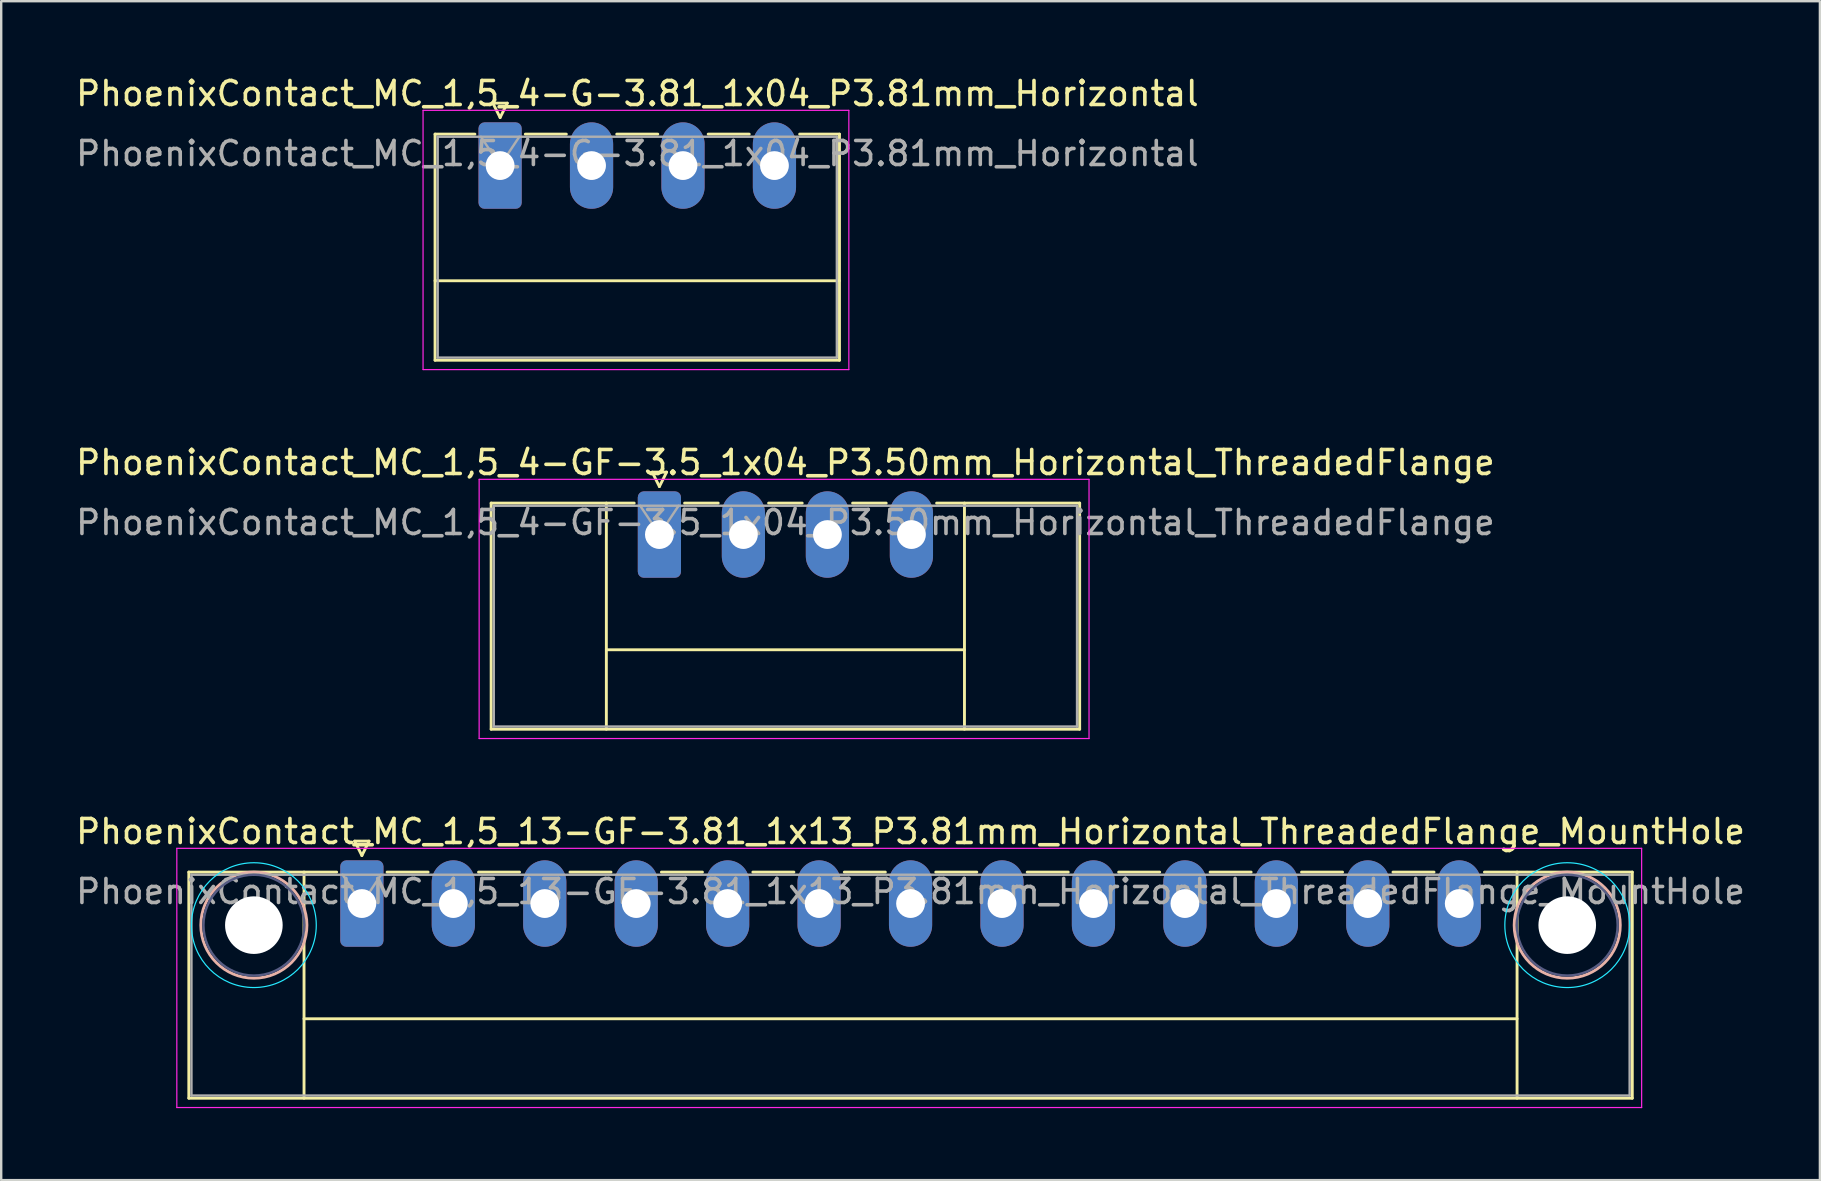
<source format=kicad_pcb>
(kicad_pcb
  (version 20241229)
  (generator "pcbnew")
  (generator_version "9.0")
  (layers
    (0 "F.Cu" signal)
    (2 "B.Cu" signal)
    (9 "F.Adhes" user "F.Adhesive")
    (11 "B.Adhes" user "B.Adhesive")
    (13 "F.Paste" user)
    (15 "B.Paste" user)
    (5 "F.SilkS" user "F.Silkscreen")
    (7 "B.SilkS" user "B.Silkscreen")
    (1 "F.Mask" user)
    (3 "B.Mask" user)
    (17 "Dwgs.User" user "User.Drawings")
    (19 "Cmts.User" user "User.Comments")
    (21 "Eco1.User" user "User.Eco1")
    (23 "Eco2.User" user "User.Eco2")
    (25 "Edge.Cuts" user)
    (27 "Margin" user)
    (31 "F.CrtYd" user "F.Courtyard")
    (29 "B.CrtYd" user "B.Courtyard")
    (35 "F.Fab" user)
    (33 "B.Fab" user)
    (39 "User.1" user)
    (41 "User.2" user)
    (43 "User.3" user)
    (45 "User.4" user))
  (footprint "PhoenixContact_MC_1,5_4-G-3.81_1x04_P3.81mm_Horizontal"
    (layer "F.Cu")
    (at 17.786 3.848)
    (property "Reference" "PhoenixContact_MC_1,5_4-G-3.81_1x04_P3.81mm_Horizontal" (at 5.72 -3 0) (layer "F.SilkS") (effects (font (size 1 1) (thickness 0.15))))
    (attr through_hole)
    (fp_line (start -2.71 -1.31) (end -2.71 8.11) (stroke (width 0.12) (type solid)) (layer "F.SilkS"))
    (fp_line (start -2.71 -1.31) (end -1.05 -1.31) (stroke (width 0.12) (type solid)) (layer "F.SilkS"))
    (fp_line (start -2.71 4.8) (end 14.14 4.8) (stroke (width 0.12) (type solid)) (layer "F.SilkS"))
    (fp_line (start -2.71 8.11) (end 14.14 8.11) (stroke (width 0.12) (type solid)) (layer "F.SilkS"))
    (fp_line (start -0.3 -2.6) (end 0.3 -2.6) (stroke (width 0.12) (type solid)) (layer "F.SilkS"))
    (fp_line (start 0 -2) (end -0.3 -2.6) (stroke (width 0.12) (type solid)) (layer "F.SilkS"))
    (fp_line (start 0.3 -2.6) (end 0 -2) (stroke (width 0.12) (type solid)) (layer "F.SilkS"))
    (fp_line (start 1.05 -1.31) (end 2.76 -1.31) (stroke (width 0.12) (type solid)) (layer "F.SilkS"))
    (fp_line (start 4.86 -1.31) (end 6.57 -1.31) (stroke (width 0.12) (type solid)) (layer "F.SilkS"))
    (fp_line (start 8.67 -1.31) (end 10.38 -1.31) (stroke (width 0.12) (type solid)) (layer "F.SilkS"))
    (fp_line (start 14.14 -1.31) (end 12.48 -1.31) (stroke (width 0.12) (type solid)) (layer "F.SilkS"))
    (fp_line (start 14.14 8.11) (end 14.14 -1.31) (stroke (width 0.12) (type solid)) (layer "F.SilkS"))
    (fp_line (start -3.21 -2.3) (end -3.21 8.5) (stroke (width 0.05) (type solid)) (layer "F.CrtYd"))
    (fp_line (start -3.21 8.5) (end 14.53 8.5) (stroke (width 0.05) (type solid)) (layer "F.CrtYd"))
    (fp_line (start 14.53 -2.3) (end -3.21 -2.3) (stroke (width 0.05) (type solid)) (layer "F.CrtYd"))
    (fp_line (start 14.53 8.5) (end 14.53 -2.3) (stroke (width 0.05) (type solid)) (layer "F.CrtYd"))
    (fp_line (start -2.6 -1.2) (end -2.6 8) (stroke (width 0.1) (type solid)) (layer "F.Fab"))
    (fp_line (start -2.6 8) (end 14.03 8) (stroke (width 0.1) (type solid)) (layer "F.Fab"))
    (fp_line (start 0 0) (end -0.8 -1.2) (stroke (width 0.1) (type solid)) (layer "F.Fab"))
    (fp_line (start 0.8 -1.2) (end 0 0) (stroke (width 0.1) (type solid)) (layer "F.Fab"))
    (fp_line (start 14.03 -1.2) (end -2.6 -1.2) (stroke (width 0.1) (type solid)) (layer "F.Fab"))
    (fp_line (start 14.03 8) (end 14.03 -1.2) (stroke (width 0.1) (type solid)) (layer "F.Fab"))
    (fp_text user "${REFERENCE}" (at 5.72 -0.5 0) (layer "F.Fab") (effects (font (size 1 1) (thickness 0.15))))
    (pad "1" thru_hole roundrect (at 0 0) (size 1.8 3.6) (drill 1.2) (layers "*.Cu" "*.Mask") (roundrect_rratio 0.139))
    (pad "2" thru_hole oval (at 3.81 0) (size 1.8 3.6) (drill 1.2) (layers "*.Cu" "*.Mask"))
    (pad "3" thru_hole oval (at 7.62 0) (size 1.8 3.6) (drill 1.2) (layers "*.Cu" "*.Mask"))
    (pad "4" thru_hole oval (at 11.43 0) (size 1.8 3.6) (drill 1.2) (layers "*.Cu" "*.Mask")))
  (footprint "PhoenixContact_MC_1,5_4-GF-3.5_1x04_P3.50mm_Horizontal_ThreadedFlange"
    (layer "F.Cu")
    (at 24.423 19.221)
    (property "Reference" "PhoenixContact_MC_1,5_4-GF-3.5_1x04_P3.50mm_Horizontal_ThreadedFlange" (at 5.25 -3 0) (layer "F.SilkS") (effects (font (size 1 1) (thickness 0.15))))
    (attr through_hole)
    (fp_line (start -7.01 -1.31) (end -7.01 8.11) (stroke (width 0.12) (type solid)) (layer "F.SilkS"))
    (fp_line (start -7.01 -1.31) (end -1.05 -1.31) (stroke (width 0.12) (type solid)) (layer "F.SilkS"))
    (fp_line (start -7.01 8.11) (end 17.51 8.11) (stroke (width 0.12) (type solid)) (layer "F.SilkS"))
    (fp_line (start -2.21 -1.31) (end -2.21 8.11) (stroke (width 0.12) (type solid)) (layer "F.SilkS"))
    (fp_line (start -2.21 4.8) (end 12.71 4.8) (stroke (width 0.12) (type solid)) (layer "F.SilkS"))
    (fp_line (start -0.3 -2.6) (end 0.3 -2.6) (stroke (width 0.12) (type solid)) (layer "F.SilkS"))
    (fp_line (start 0 -2) (end -0.3 -2.6) (stroke (width 0.12) (type solid)) (layer "F.SilkS"))
    (fp_line (start 0.3 -2.6) (end 0 -2) (stroke (width 0.12) (type solid)) (layer "F.SilkS"))
    (fp_line (start 1.05 -1.31) (end 2.45 -1.31) (stroke (width 0.12) (type solid)) (layer "F.SilkS"))
    (fp_line (start 4.55 -1.31) (end 5.95 -1.31) (stroke (width 0.12) (type solid)) (layer "F.SilkS"))
    (fp_line (start 8.05 -1.31) (end 9.45 -1.31) (stroke (width 0.12) (type solid)) (layer "F.SilkS"))
    (fp_line (start 12.71 -1.31) (end 12.71 8.11) (stroke (width 0.12) (type solid)) (layer "F.SilkS"))
    (fp_line (start 17.51 -1.31) (end 11.55 -1.31) (stroke (width 0.12) (type solid)) (layer "F.SilkS"))
    (fp_line (start 17.51 8.11) (end 17.51 -1.31) (stroke (width 0.12) (type solid)) (layer "F.SilkS"))
    (fp_line (start -7.51 -2.3) (end -7.51 8.5) (stroke (width 0.05) (type solid)) (layer "F.CrtYd"))
    (fp_line (start -7.51 8.5) (end 17.9 8.5) (stroke (width 0.05) (type solid)) (layer "F.CrtYd"))
    (fp_line (start 17.9 -2.3) (end -7.51 -2.3) (stroke (width 0.05) (type solid)) (layer "F.CrtYd"))
    (fp_line (start 17.9 8.5) (end 17.9 -2.3) (stroke (width 0.05) (type solid)) (layer "F.CrtYd"))
    (fp_line (start -6.9 -1.2) (end -6.9 8) (stroke (width 0.1) (type solid)) (layer "F.Fab"))
    (fp_line (start -6.9 8) (end 17.4 8) (stroke (width 0.1) (type solid)) (layer "F.Fab"))
    (fp_line (start 0 0) (end -0.8 -1.2) (stroke (width 0.1) (type solid)) (layer "F.Fab"))
    (fp_line (start 0.8 -1.2) (end 0 0) (stroke (width 0.1) (type solid)) (layer "F.Fab"))
    (fp_line (start 17.4 -1.2) (end -6.9 -1.2) (stroke (width 0.1) (type solid)) (layer "F.Fab"))
    (fp_line (start 17.4 8) (end 17.4 -1.2) (stroke (width 0.1) (type solid)) (layer "F.Fab"))
    (fp_text user "${REFERENCE}" (at 5.25 -0.5 0) (layer "F.Fab") (effects (font (size 1 1) (thickness 0.15))))
    (pad "1" thru_hole roundrect (at 0 0) (size 1.8 3.6) (drill 1.2) (layers "*.Cu" "*.Mask") (roundrect_rratio 0.139))
    (pad "2" thru_hole oval (at 3.5 0) (size 1.8 3.6) (drill 1.2) (layers "*.Cu" "*.Mask"))
    (pad "3" thru_hole oval (at 7 0) (size 1.8 3.6) (drill 1.2) (layers "*.Cu" "*.Mask"))
    (pad "4" thru_hole oval (at 10.5 0) (size 1.8 3.6) (drill 1.2) (layers "*.Cu" "*.Mask")))
  (footprint "PhoenixContact_MC_1,5_13-GF-3.81_1x13_P3.81mm_Horizontal_ThreadedFlange_MountHole"
    (layer "F.Cu")
    (at 12.027 34.595)
    (property "Reference" "PhoenixContact_MC_1,5_13-GF-3.81_1x13_P3.81mm_Horizontal_ThreadedFlange_MountHole" (at 22.86 -3 0) (layer "F.SilkS") (effects (font (size 1 1) (thickness 0.15))))
    (attr through_hole)
    (fp_line (start -7.21 -1.31) (end -7.21 8.11) (stroke (width 0.12) (type solid)) (layer "F.SilkS"))
    (fp_line (start -7.21 -1.31) (end -1.05 -1.31) (stroke (width 0.12) (type solid)) (layer "F.SilkS"))
    (fp_line (start -7.21 8.11) (end 52.93 8.11) (stroke (width 0.12) (type solid)) (layer "F.SilkS"))
    (fp_line (start -2.41 -1.31) (end -2.41 8.11) (stroke (width 0.12) (type solid)) (layer "F.SilkS"))
    (fp_line (start -2.41 4.8) (end 48.13 4.8) (stroke (width 0.12) (type solid)) (layer "F.SilkS"))
    (fp_line (start -0.3 -2.6) (end 0.3 -2.6) (stroke (width 0.12) (type solid)) (layer "F.SilkS"))
    (fp_line (start 0 -2) (end -0.3 -2.6) (stroke (width 0.12) (type solid)) (layer "F.SilkS"))
    (fp_line (start 0.3 -2.6) (end 0 -2) (stroke (width 0.12) (type solid)) (layer "F.SilkS"))
    (fp_line (start 1.05 -1.31) (end 2.76 -1.31) (stroke (width 0.12) (type solid)) (layer "F.SilkS"))
    (fp_line (start 4.86 -1.31) (end 6.57 -1.31) (stroke (width 0.12) (type solid)) (layer "F.SilkS"))
    (fp_line (start 8.67 -1.31) (end 10.38 -1.31) (stroke (width 0.12) (type solid)) (layer "F.SilkS"))
    (fp_line (start 12.48 -1.31) (end 14.19 -1.31) (stroke (width 0.12) (type solid)) (layer "F.SilkS"))
    (fp_line (start 16.29 -1.31) (end 18 -1.31) (stroke (width 0.12) (type solid)) (layer "F.SilkS"))
    (fp_line (start 20.1 -1.31) (end 21.81 -1.31) (stroke (width 0.12) (type solid)) (layer "F.SilkS"))
    (fp_line (start 23.91 -1.31) (end 25.62 -1.31) (stroke (width 0.12) (type solid)) (layer "F.SilkS"))
    (fp_line (start 27.72 -1.31) (end 29.43 -1.31) (stroke (width 0.12) (type solid)) (layer "F.SilkS"))
    (fp_line (start 31.53 -1.31) (end 33.24 -1.31) (stroke (width 0.12) (type solid)) (layer "F.SilkS"))
    (fp_line (start 35.34 -1.31) (end 37.05 -1.31) (stroke (width 0.12) (type solid)) (layer "F.SilkS"))
    (fp_line (start 39.15 -1.31) (end 40.86 -1.31) (stroke (width 0.12) (type solid)) (layer "F.SilkS"))
    (fp_line (start 42.96 -1.31) (end 44.67 -1.31) (stroke (width 0.12) (type solid)) (layer "F.SilkS"))
    (fp_line (start 48.13 -1.31) (end 48.13 8.11) (stroke (width 0.12) (type solid)) (layer "F.SilkS"))
    (fp_line (start 52.93 -1.31) (end 46.77 -1.31) (stroke (width 0.12) (type solid)) (layer "F.SilkS"))
    (fp_line (start 52.93 8.11) (end 52.93 -1.31) (stroke (width 0.12) (type solid)) (layer "F.SilkS"))
    (fp_circle (center -4.5 0.9) (end -2.29 0.9) (stroke (width 0.12) (type solid)) (fill no) (layer "B.SilkS"))
    (fp_circle (center 50.22 0.9) (end 52.43 0.9) (stroke (width 0.12) (type solid)) (fill no) (layer "B.SilkS"))
    (fp_circle (center -4.5 0.9) (end -1.9 0.9) (stroke (width 0.05) (type solid)) (fill no) (layer "B.CrtYd"))
    (fp_circle (center 50.22 0.9) (end 52.82 0.9) (stroke (width 0.05) (type solid)) (fill no) (layer "B.CrtYd"))
    (fp_line (start -7.71 -2.3) (end -7.71 8.5) (stroke (width 0.05) (type solid)) (layer "F.CrtYd"))
    (fp_line (start -7.71 8.5) (end 53.32 8.5) (stroke (width 0.05) (type solid)) (layer "F.CrtYd"))
    (fp_line (start 53.32 -2.3) (end -7.71 -2.3) (stroke (width 0.05) (type solid)) (layer "F.CrtYd"))
    (fp_line (start 53.32 8.5) (end 53.32 -2.3) (stroke (width 0.05) (type solid)) (layer "F.CrtYd"))
    (fp_circle (center -4.5 0.9) (end -2.4 0.9) (stroke (width 0.1) (type solid)) (fill no) (layer "B.Fab"))
    (fp_circle (center 50.22 0.9) (end 52.32 0.9) (stroke (width 0.1) (type solid)) (fill no) (layer "B.Fab"))
    (fp_line (start -7.1 -1.2) (end -7.1 8) (stroke (width 0.1) (type solid)) (layer "F.Fab"))
    (fp_line (start -7.1 8) (end 52.82 8) (stroke (width 0.1) (type solid)) (layer "F.Fab"))
    (fp_line (start 0 0) (end -0.8 -1.2) (stroke (width 0.1) (type solid)) (layer "F.Fab"))
    (fp_line (start 0.8 -1.2) (end 0 0) (stroke (width 0.1) (type solid)) (layer "F.Fab"))
    (fp_line (start 52.82 -1.2) (end -7.1 -1.2) (stroke (width 0.1) (type solid)) (layer "F.Fab"))
    (fp_line (start 52.82 8) (end 52.82 -1.2) (stroke (width 0.1) (type solid)) (layer "F.Fab"))
    (fp_text user "${REFERENCE}" (at 22.86 -0.5 0) (layer "F.Fab") (effects (font (size 1 1) (thickness 0.15))))
    (pad "" np_thru_hole circle (at -4.5 0.9) (size 2.4 2.4) (drill 2.4) (layers "*.Cu" "*.Mask"))
    (pad "" np_thru_hole circle (at 50.22 0.9) (size 2.4 2.4) (drill 2.4) (layers "*.Cu" "*.Mask"))
    (pad "1" thru_hole roundrect (at 0 0) (size 1.8 3.6) (drill 1.2) (layers "*.Cu" "*.Mask") (roundrect_rratio 0.139))
    (pad "2" thru_hole oval (at 3.81 0) (size 1.8 3.6) (drill 1.2) (layers "*.Cu" "*.Mask"))
    (pad "3" thru_hole oval (at 7.62 0) (size 1.8 3.6) (drill 1.2) (layers "*.Cu" "*.Mask"))
    (pad "4" thru_hole oval (at 11.43 0) (size 1.8 3.6) (drill 1.2) (layers "*.Cu" "*.Mask"))
    (pad "5" thru_hole oval (at 15.24 0) (size 1.8 3.6) (drill 1.2) (layers "*.Cu" "*.Mask"))
    (pad "6" thru_hole oval (at 19.05 0) (size 1.8 3.6) (drill 1.2) (layers "*.Cu" "*.Mask"))
    (pad "7" thru_hole oval (at 22.86 0) (size 1.8 3.6) (drill 1.2) (layers "*.Cu" "*.Mask"))
    (pad "8" thru_hole oval (at 26.67 0) (size 1.8 3.6) (drill 1.2) (layers "*.Cu" "*.Mask"))
    (pad "9" thru_hole oval (at 30.48 0) (size 1.8 3.6) (drill 1.2) (layers "*.Cu" "*.Mask"))
    (pad "10" thru_hole oval (at 34.29 0) (size 1.8 3.6) (drill 1.2) (layers "*.Cu" "*.Mask"))
    (pad "11" thru_hole oval (at 38.1 0) (size 1.8 3.6) (drill 1.2) (layers "*.Cu" "*.Mask"))
    (pad "12" thru_hole oval (at 41.91 0) (size 1.8 3.6) (drill 1.2) (layers "*.Cu" "*.Mask"))
    (pad "13" thru_hole oval (at 45.72 0) (size 1.8 3.6) (drill 1.2) (layers "*.Cu" "*.Mask")))
  (gr_rect
    (start -3 -3)
    (end 72.774 46.12)
    (stroke (width 0.1) (type default))
    (fill no)
    (layer "Edge.Cuts")))
</source>
